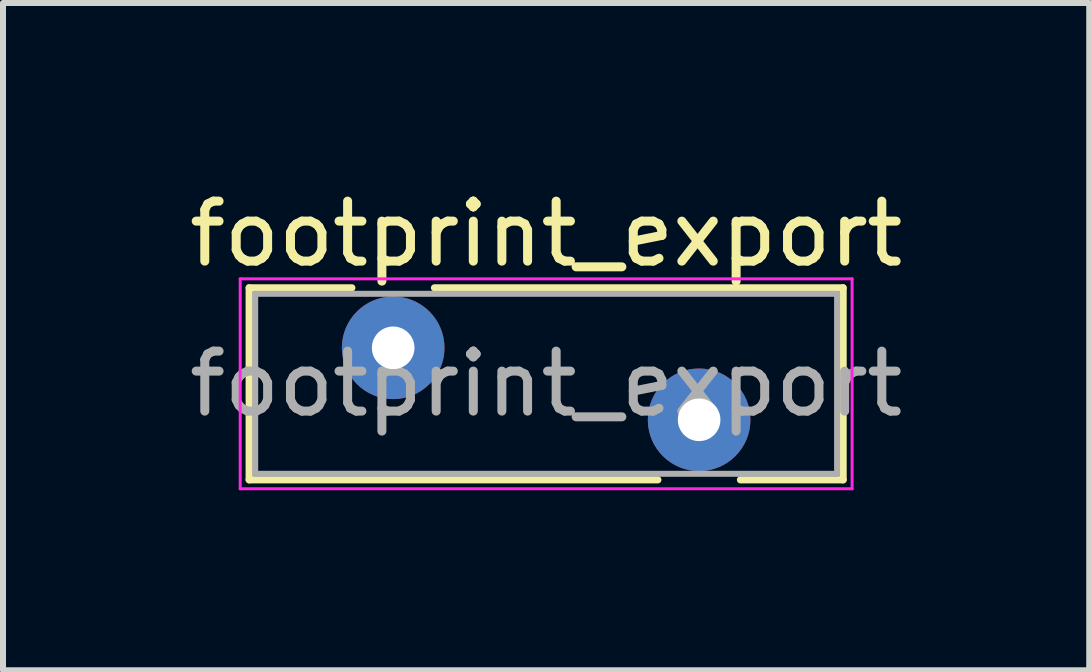
<source format=kicad_pcb>
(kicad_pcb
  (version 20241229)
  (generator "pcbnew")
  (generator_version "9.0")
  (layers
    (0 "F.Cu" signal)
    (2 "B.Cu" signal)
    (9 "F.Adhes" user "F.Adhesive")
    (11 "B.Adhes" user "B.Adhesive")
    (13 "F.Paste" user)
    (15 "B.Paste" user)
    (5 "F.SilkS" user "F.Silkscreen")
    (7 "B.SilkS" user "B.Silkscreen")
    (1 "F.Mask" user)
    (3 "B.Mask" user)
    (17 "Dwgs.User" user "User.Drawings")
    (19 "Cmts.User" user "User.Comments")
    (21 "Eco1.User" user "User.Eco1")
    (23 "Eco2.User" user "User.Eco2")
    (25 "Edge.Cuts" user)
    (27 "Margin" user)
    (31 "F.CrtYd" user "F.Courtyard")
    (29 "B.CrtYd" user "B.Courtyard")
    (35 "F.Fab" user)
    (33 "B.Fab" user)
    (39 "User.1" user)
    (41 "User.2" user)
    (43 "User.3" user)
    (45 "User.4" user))
  (footprint "footprint_export"
    (layer "F.Cu")
    (at 3.504 2.748)
    (property "Reference" "footprint_export" (at 2.55 -1.9 0) (layer "F.SilkS") (effects (font (size 1 1) (thickness 0.15))))
    (attr through_hole)
    (fp_line (start -2.4 -1) (end -2.4 2.2) (stroke (width 0.12) (type solid)) (layer "F.SilkS"))
    (fp_line (start -2.4 -1) (end -0.689 -1) (stroke (width 0.12) (type solid)) (layer "F.SilkS"))
    (fp_line (start -2.4 2.2) (end 4.412 2.2) (stroke (width 0.12) (type solid)) (layer "F.SilkS"))
    (fp_line (start 0.689 -1) (end 7.5 -1) (stroke (width 0.12) (type solid)) (layer "F.SilkS"))
    (fp_line (start 5.789 2.2) (end 7.5 2.2) (stroke (width 0.12) (type solid)) (layer "F.SilkS"))
    (fp_line (start 7.5 -1) (end 7.5 2.2) (stroke (width 0.12) (type solid)) (layer "F.SilkS"))
    (fp_line (start -2.55 -1.15) (end -2.55 2.35) (stroke (width 0.05) (type solid)) (layer "F.CrtYd"))
    (fp_line (start -2.55 2.35) (end 7.65 2.35) (stroke (width 0.05) (type solid)) (layer "F.CrtYd"))
    (fp_line (start 7.65 -1.15) (end -2.55 -1.15) (stroke (width 0.05) (type solid)) (layer "F.CrtYd"))
    (fp_line (start 7.65 2.35) (end 7.65 -1.15) (stroke (width 0.05) (type solid)) (layer "F.CrtYd"))
    (fp_line (start -2.3 -0.9) (end -2.3 2.1) (stroke (width 0.1) (type solid)) (layer "F.Fab"))
    (fp_line (start -2.3 2.1) (end 7.4 2.1) (stroke (width 0.1) (type solid)) (layer "F.Fab"))
    (fp_line (start 7.4 -0.9) (end -2.3 -0.9) (stroke (width 0.1) (type solid)) (layer "F.Fab"))
    (fp_line (start 7.4 2.1) (end 7.4 -0.9) (stroke (width 0.1) (type solid)) (layer "F.Fab"))
    (fp_text user "${REFERENCE}" (at 2.55 0.6 0) (layer "F.Fab") (effects (font (size 1 1) (thickness 0.15))))
    (pad "1" thru_hole circle (at 0 0) (size 1.71 1.71) (drill 0.71) (layers "*.Cu" "*.Mask"))
    (pad "2" thru_hole circle (at 5.1 1.2) (size 1.71 1.71) (drill 0.71) (layers "*.Cu" "*.Mask")))
  (gr_rect
    (start -3 -3)
    (end 15.107 8.123)
    (stroke (width 0.1) (type default))
    (fill no)
    (layer "Edge.Cuts")))
</source>
